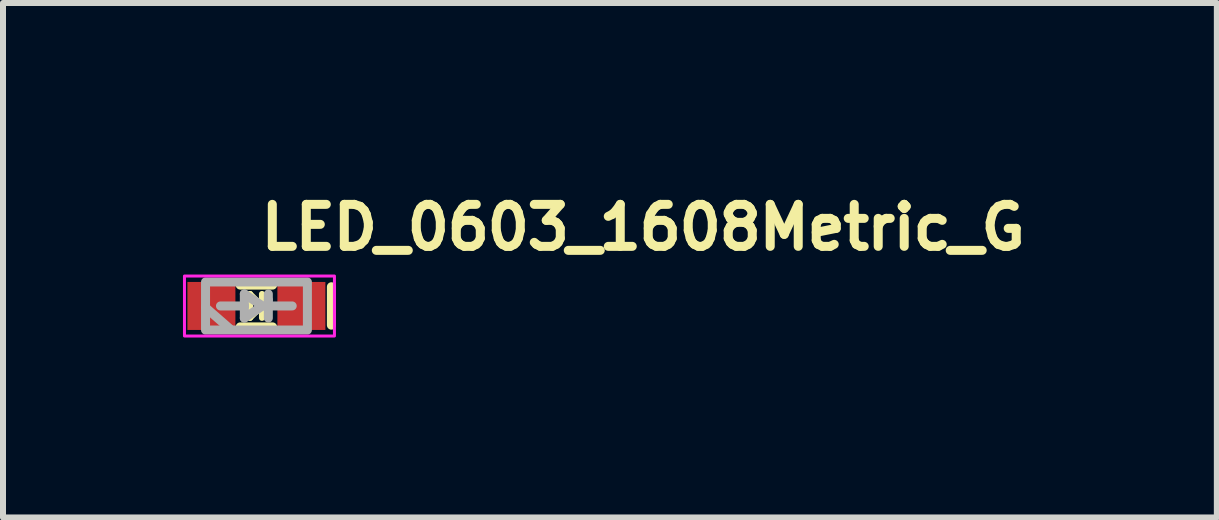
<source format=kicad_pcb>
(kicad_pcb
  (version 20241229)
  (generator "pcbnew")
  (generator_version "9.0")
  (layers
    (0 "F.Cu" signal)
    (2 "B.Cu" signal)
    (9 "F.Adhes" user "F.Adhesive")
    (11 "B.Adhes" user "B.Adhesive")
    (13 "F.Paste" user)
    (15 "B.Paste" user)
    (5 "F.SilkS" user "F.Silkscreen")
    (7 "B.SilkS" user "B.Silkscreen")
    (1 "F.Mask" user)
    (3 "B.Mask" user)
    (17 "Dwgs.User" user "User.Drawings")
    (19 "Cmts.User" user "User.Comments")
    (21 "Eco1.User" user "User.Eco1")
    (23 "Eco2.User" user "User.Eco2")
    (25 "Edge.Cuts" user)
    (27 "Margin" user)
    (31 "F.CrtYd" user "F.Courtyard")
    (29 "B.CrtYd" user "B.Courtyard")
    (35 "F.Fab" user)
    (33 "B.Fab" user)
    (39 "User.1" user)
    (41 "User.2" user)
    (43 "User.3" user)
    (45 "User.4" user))
  (footprint "LED_0603_1608Metric_G"
    (layer "F.Cu")
    (at 1.225 2.051)
    (property "Reference" "LED_0603_1608Metric_G" (at -0.001 -0.901 0) (layer "F.SilkS") (effects (font (size 0.7 0.7) (thickness 0.15)) (justify left bottom)))
    (attr smd)
    (fp_line (start -0.271 -0.349) (end 0.269 -0.349) (stroke (width 0.15) (type solid)) (layer "F.SilkS"))
    (fp_line (start -0.271 0.348) (end 0.269 0.348) (stroke (width 0.15) (type solid)) (layer "F.SilkS"))
    (fp_line (start -0.107 -0.201) (end -0.107 0.198) (stroke (width 0.1) (type solid)) (layer "F.SilkS"))
    (fp_line (start -0.107 -0.201) (end 0.092 -0.001) (stroke (width 0.1) (type solid)) (layer "F.SilkS"))
    (fp_line (start -0.107 -0.001) (end -0.291 -0.001) (stroke (width 0.1) (type solid)) (layer "F.SilkS"))
    (fp_line (start 0.092 -0.201) (end 0.092 0.198) (stroke (width 0.1) (type solid)) (layer "F.SilkS"))
    (fp_line (start 0.092 -0.001) (end -0.107 0.198) (stroke (width 0.1) (type solid)) (layer "F.SilkS"))
    (fp_line (start 0.092 -0.001) (end 0.292 -0.001) (stroke (width 0.1) (type solid)) (layer "F.SilkS"))
    (fp_line (start 1.249 0.319) (end 1.249 -0.321) (stroke (width 0.15) (type solid)) (layer "F.SilkS"))
    (fp_rect (start -1.2 -0.5) (end 1.3 0.5) (stroke (width 0.05) (type solid)) (fill no) (layer "F.CrtYd"))
    (fp_line (start -0.849 0.025) (end -0.442 0.381) (stroke (width 0.15) (type solid)) (layer "F.Fab"))
    (fp_line (start -0.6 -0.001) (end -0.202 -0.001) (stroke (width 0.15) (type solid)) (layer "F.Fab"))
    (fp_line (start -0.202 -0.201) (end -0.202 -0.001) (stroke (width 0.15) (type solid)) (layer "F.Fab"))
    (fp_line (start -0.202 -0.001) (end -0.202 0.201) (stroke (width 0.15) (type solid)) (layer "F.Fab"))
    (fp_line (start -0.202 0.201) (end 0.1 -0.001) (stroke (width 0.15) (type solid)) (layer "F.Fab"))
    (fp_line (start 0.1 -0.001) (end -0.202 -0.201) (stroke (width 0.15) (type solid)) (layer "F.Fab"))
    (fp_line (start 0.198 -0.201) (end 0.198 -0.101) (stroke (width 0.15) (type solid)) (layer "F.Fab"))
    (fp_line (start 0.198 -0.001) (end 0.596 -0.001) (stroke (width 0.15) (type solid)) (layer "F.Fab"))
    (fp_line (start 0.198 0.201) (end 0.198 -0.101) (stroke (width 0.15) (type solid)) (layer "F.Fab"))
    (fp_rect (start -0.849 -0.401) (end 0.849 0.401) (stroke (width 0.15) (type solid)) (fill no) (layer "F.Fab"))
    (fp_rect (start -0.811 -0.401) (end 0.811 0.401) (stroke (width 0.1) (type solid)) (fill no) (layer "User.5"))
    (fp_line (start -0.811 -0.341) (end -0.811 -0.149) (stroke (width 0.02) (type solid)) (layer "User.9"))
    (fp_line (start -0.811 -0.149) (end -0.803 -0.149) (stroke (width 0.02) (type solid)) (layer "User.9"))
    (fp_line (start -0.811 0.149) (end -0.811 0.341) (stroke (width 0.02) (type solid)) (layer "User.9"))
    (fp_line (start -0.811 0.341) (end -0.579 0.341) (stroke (width 0.02) (type solid)) (layer "User.9"))
    (fp_line (start -0.803 -0.149) (end -0.795 -0.149) (stroke (width 0.02) (type solid)) (layer "User.9"))
    (fp_line (start -0.803 0.149) (end -0.811 0.149) (stroke (width 0.02) (type solid)) (layer "User.9"))
    (fp_line (start -0.801 -0.401) (end -0.801 -0.341) (stroke (width 0.02) (type solid)) (layer "User.9"))
    (fp_line (start -0.801 0.341) (end -0.801 0.401) (stroke (width 0.02) (type solid)) (layer "User.9"))
    (fp_line (start -0.801 0.401) (end 0.801 0.401) (stroke (width 0.02) (type solid)) (layer "User.9"))
    (fp_line (start -0.795 -0.149) (end -0.787 -0.149) (stroke (width 0.02) (type solid)) (layer "User.9"))
    (fp_line (start -0.795 0.149) (end -0.803 0.149) (stroke (width 0.02) (type solid)) (layer "User.9"))
    (fp_line (start -0.787 -0.149) (end -0.78 -0.148) (stroke (width 0.02) (type solid)) (layer "User.9"))
    (fp_line (start -0.787 0.149) (end -0.795 0.149) (stroke (width 0.02) (type solid)) (layer "User.9"))
    (fp_line (start -0.78 -0.148) (end -0.772 -0.147) (stroke (width 0.02) (type solid)) (layer "User.9"))
    (fp_line (start -0.78 0.148) (end -0.787 0.149) (stroke (width 0.02) (type solid)) (layer "User.9"))
    (fp_line (start -0.772 -0.147) (end -0.764 -0.145) (stroke (width 0.02) (type solid)) (layer "User.9"))
    (fp_line (start -0.772 0.147) (end -0.78 0.148) (stroke (width 0.02) (type solid)) (layer "User.9"))
    (fp_line (start -0.764 -0.145) (end -0.756 -0.144) (stroke (width 0.02) (type solid)) (layer "User.9"))
    (fp_line (start -0.764 0.145) (end -0.772 0.147) (stroke (width 0.02) (type solid)) (layer "User.9"))
    (fp_line (start -0.756 -0.144) (end -0.749 -0.14) (stroke (width 0.02) (type solid)) (layer "User.9"))
    (fp_line (start -0.756 0.144) (end -0.764 0.145) (stroke (width 0.02) (type solid)) (layer "User.9"))
    (fp_line (start -0.749 -0.14) (end -0.742 -0.139) (stroke (width 0.02) (type solid)) (layer "User.9"))
    (fp_line (start -0.749 0.14) (end -0.756 0.144) (stroke (width 0.02) (type solid)) (layer "User.9"))
    (fp_line (start -0.742 -0.139) (end -0.735 -0.136) (stroke (width 0.02) (type solid)) (layer "User.9"))
    (fp_line (start -0.742 0.139) (end -0.749 0.14) (stroke (width 0.02) (type solid)) (layer "User.9"))
    (fp_line (start -0.735 -0.136) (end -0.728 -0.132) (stroke (width 0.02) (type solid)) (layer "User.9"))
    (fp_line (start -0.735 0.136) (end -0.742 0.139) (stroke (width 0.02) (type solid)) (layer "User.9"))
    (fp_line (start -0.728 -0.132) (end -0.722 -0.129) (stroke (width 0.02) (type solid)) (layer "User.9"))
    (fp_line (start -0.728 0.132) (end -0.735 0.136) (stroke (width 0.02) (type solid)) (layer "User.9"))
    (fp_line (start -0.722 -0.129) (end -0.715 -0.124) (stroke (width 0.02) (type solid)) (layer "User.9"))
    (fp_line (start -0.722 0.129) (end -0.728 0.132) (stroke (width 0.02) (type solid)) (layer "User.9"))
    (fp_line (start -0.715 -0.124) (end -0.709 -0.12) (stroke (width 0.02) (type solid)) (layer "User.9"))
    (fp_line (start -0.715 0.124) (end -0.722 0.129) (stroke (width 0.02) (type solid)) (layer "User.9"))
    (fp_line (start -0.709 -0.12) (end -0.704 -0.115) (stroke (width 0.02) (type solid)) (layer "User.9"))
    (fp_line (start -0.709 0.117) (end -0.715 0.124) (stroke (width 0.02) (type solid)) (layer "User.9"))
    (fp_line (start -0.704 -0.115) (end -0.696 -0.109) (stroke (width 0.02) (type solid)) (layer "User.9"))
    (fp_line (start -0.704 0.115) (end -0.709 0.117) (stroke (width 0.02) (type solid)) (layer "User.9"))
    (fp_line (start -0.696 -0.109) (end -0.696 -0.109) (stroke (width 0.02) (type solid)) (layer "User.9"))
    (fp_line (start -0.696 -0.109) (end -0.69 -0.105) (stroke (width 0.02) (type solid)) (layer "User.9"))
    (fp_line (start -0.696 0.109) (end -0.704 0.115) (stroke (width 0.02) (type solid)) (layer "User.9"))
    (fp_line (start -0.696 0.109) (end -0.696 0.109) (stroke (width 0.02) (type solid)) (layer "User.9"))
    (fp_line (start -0.69 -0.105) (end -0.687 -0.099) (stroke (width 0.02) (type solid)) (layer "User.9"))
    (fp_line (start -0.69 0.104) (end -0.696 0.109) (stroke (width 0.02) (type solid)) (layer "User.9"))
    (fp_line (start -0.687 -0.099) (end -0.682 -0.092) (stroke (width 0.02) (type solid)) (layer "User.9"))
    (fp_line (start -0.687 0.099) (end -0.69 0.104) (stroke (width 0.02) (type solid)) (layer "User.9"))
    (fp_line (start -0.682 -0.092) (end -0.678 -0.085) (stroke (width 0.02) (type solid)) (layer "User.9"))
    (fp_line (start -0.682 0.092) (end -0.687 0.099) (stroke (width 0.02) (type solid)) (layer "User.9"))
    (fp_line (start -0.678 -0.085) (end -0.674 -0.079) (stroke (width 0.02) (type solid)) (layer "User.9"))
    (fp_line (start -0.678 0.085) (end -0.682 0.092) (stroke (width 0.02) (type solid)) (layer "User.9"))
    (fp_line (start -0.674 -0.079) (end -0.67 -0.073) (stroke (width 0.02) (type solid)) (layer "User.9"))
    (fp_line (start -0.674 0.079) (end -0.678 0.085) (stroke (width 0.02) (type solid)) (layer "User.9"))
    (fp_line (start -0.67 -0.073) (end -0.666 -0.067) (stroke (width 0.02) (type solid)) (layer "User.9"))
    (fp_line (start -0.67 0.073) (end -0.674 0.079) (stroke (width 0.02) (type solid)) (layer "User.9"))
    (fp_line (start -0.666 -0.067) (end -0.663 -0.06) (stroke (width 0.02) (type solid)) (layer "User.9"))
    (fp_line (start -0.666 0.067) (end -0.67 0.073) (stroke (width 0.02) (type solid)) (layer "User.9"))
    (fp_line (start -0.663 -0.06) (end -0.66 -0.053) (stroke (width 0.02) (type solid)) (layer "User.9"))
    (fp_line (start -0.663 0.058) (end -0.666 0.067) (stroke (width 0.02) (type solid)) (layer "User.9"))
    (fp_line (start -0.66 -0.053) (end -0.658 -0.045) (stroke (width 0.02) (type solid)) (layer "User.9"))
    (fp_line (start -0.66 0.052) (end -0.663 0.058) (stroke (width 0.02) (type solid)) (layer "User.9"))
    (fp_line (start -0.658 -0.045) (end -0.655 -0.038) (stroke (width 0.02) (type solid)) (layer "User.9"))
    (fp_line (start -0.658 0.045) (end -0.66 0.052) (stroke (width 0.02) (type solid)) (layer "User.9"))
    (fp_line (start -0.655 -0.038) (end -0.654 -0.03) (stroke (width 0.02) (type solid)) (layer "User.9"))
    (fp_line (start -0.655 0.038) (end -0.658 0.045) (stroke (width 0.02) (type solid)) (layer "User.9"))
    (fp_line (start -0.654 -0.03) (end -0.652 -0.023) (stroke (width 0.02) (type solid)) (layer "User.9"))
    (fp_line (start -0.654 0.03) (end -0.655 0.038) (stroke (width 0.02) (type solid)) (layer "User.9"))
    (fp_line (start -0.652 -0.023) (end -0.651 -0.015) (stroke (width 0.02) (type solid)) (layer "User.9"))
    (fp_line (start -0.652 0.023) (end -0.654 0.03) (stroke (width 0.02) (type solid)) (layer "User.9"))
    (fp_line (start -0.651 -0.015) (end -0.651 -0.008) (stroke (width 0.02) (type solid)) (layer "User.9"))
    (fp_line (start -0.651 -0.008) (end -0.651 -0.001) (stroke (width 0.02) (type solid)) (layer "User.9"))
    (fp_line (start -0.651 -0.001) (end -0.651 0.007) (stroke (width 0.02) (type solid)) (layer "User.9"))
    (fp_line (start -0.651 0.007) (end -0.651 0.015) (stroke (width 0.02) (type solid)) (layer "User.9"))
    (fp_line (start -0.651 0.015) (end -0.652 0.023) (stroke (width 0.02) (type solid)) (layer "User.9"))
    (fp_line (start -0.599 -0.307) (end -0.598 -0.31) (stroke (width 0.02) (type solid)) (layer "User.9"))
    (fp_line (start -0.599 -0.305) (end -0.599 -0.307) (stroke (width 0.02) (type solid)) (layer "User.9"))
    (fp_line (start -0.599 -0.302) (end -0.599 -0.305) (stroke (width 0.02) (type solid)) (layer "User.9"))
    (fp_line (start -0.599 -0.299) (end -0.599 -0.302) (stroke (width 0.02) (type solid)) (layer "User.9"))
    (fp_line (start -0.599 -0.299) (end -0.599 0.299) (stroke (width 0.02) (type solid)) (layer "User.9"))
    (fp_line (start -0.599 0.302) (end -0.599 0.299) (stroke (width 0.02) (type solid)) (layer "User.9"))
    (fp_line (start -0.599 0.305) (end -0.599 0.302) (stroke (width 0.02) (type solid)) (layer "User.9"))
    (fp_line (start -0.599 0.307) (end -0.599 0.305) (stroke (width 0.02) (type solid)) (layer "User.9"))
    (fp_line (start -0.598 -0.312) (end -0.597 -0.314) (stroke (width 0.02) (type solid)) (layer "User.9"))
    (fp_line (start -0.598 -0.31) (end -0.598 -0.312) (stroke (width 0.02) (type solid)) (layer "User.9"))
    (fp_line (start -0.598 0.31) (end -0.599 0.307) (stroke (width 0.02) (type solid)) (layer "User.9"))
    (fp_line (start -0.598 0.312) (end -0.598 0.31) (stroke (width 0.02) (type solid)) (layer "User.9"))
    (fp_line (start -0.597 -0.314) (end -0.596 -0.317) (stroke (width 0.02) (type solid)) (layer "User.9"))
    (fp_line (start -0.597 0.314) (end -0.598 0.312) (stroke (width 0.02) (type solid)) (layer "User.9"))
    (fp_line (start -0.596 -0.319) (end -0.595 -0.322) (stroke (width 0.02) (type solid)) (layer "User.9"))
    (fp_line (start -0.596 -0.317) (end -0.596 -0.319) (stroke (width 0.02) (type solid)) (layer "User.9"))
    (fp_line (start -0.596 0.317) (end -0.597 0.314) (stroke (width 0.02) (type solid)) (layer "User.9"))
    (fp_line (start -0.596 0.319) (end -0.596 0.317) (stroke (width 0.02) (type solid)) (layer "User.9"))
    (fp_line (start -0.595 -0.322) (end -0.593 -0.324) (stroke (width 0.02) (type solid)) (layer "User.9"))
    (fp_line (start -0.595 0.322) (end -0.596 0.319) (stroke (width 0.02) (type solid)) (layer "User.9"))
    (fp_line (start -0.593 -0.324) (end -0.592 -0.326) (stroke (width 0.02) (type solid)) (layer "User.9"))
    (fp_line (start -0.593 0.324) (end -0.595 0.322) (stroke (width 0.02) (type solid)) (layer "User.9"))
    (fp_line (start -0.592 -0.326) (end -0.591 -0.328) (stroke (width 0.02) (type solid)) (layer "User.9"))
    (fp_line (start -0.592 0.326) (end -0.593 0.324) (stroke (width 0.02) (type solid)) (layer "User.9"))
    (fp_line (start -0.591 -0.328) (end -0.59 -0.33) (stroke (width 0.02) (type solid)) (layer "User.9"))
    (fp_line (start -0.591 0.328) (end -0.592 0.326) (stroke (width 0.02) (type solid)) (layer "User.9"))
    (fp_line (start -0.59 -0.33) (end -0.588 -0.332) (stroke (width 0.02) (type solid)) (layer "User.9"))
    (fp_line (start -0.59 0.33) (end -0.591 0.328) (stroke (width 0.02) (type solid)) (layer "User.9"))
    (fp_line (start -0.588 -0.332) (end -0.587 -0.334) (stroke (width 0.02) (type solid)) (layer "User.9"))
    (fp_line (start -0.588 0.332) (end -0.59 0.33) (stroke (width 0.02) (type solid)) (layer "User.9"))
    (fp_line (start -0.587 -0.334) (end -0.585 -0.336) (stroke (width 0.02) (type solid)) (layer "User.9"))
    (fp_line (start -0.587 0.334) (end -0.588 0.332) (stroke (width 0.02) (type solid)) (layer "User.9"))
    (fp_line (start -0.585 -0.336) (end -0.583 -0.338) (stroke (width 0.02) (type solid)) (layer "User.9"))
    (fp_line (start -0.585 0.336) (end -0.587 0.334) (stroke (width 0.02) (type solid)) (layer "User.9"))
    (fp_line (start -0.583 -0.338) (end -0.581 -0.339) (stroke (width 0.02) (type solid)) (layer "User.9"))
    (fp_line (start -0.583 0.338) (end -0.585 0.336) (stroke (width 0.02) (type solid)) (layer "User.9"))
    (fp_line (start -0.581 -0.339) (end -0.579 -0.341) (stroke (width 0.02) (type solid)) (layer "User.9"))
    (fp_line (start -0.581 0.339) (end -0.583 0.338) (stroke (width 0.02) (type solid)) (layer "User.9"))
    (fp_line (start -0.579 -0.341) (end -0.811 -0.341) (stroke (width 0.02) (type solid)) (layer "User.9"))
    (fp_line (start -0.579 -0.341) (end -0.577 -0.342) (stroke (width 0.02) (type solid)) (layer "User.9"))
    (fp_line (start -0.579 0.341) (end -0.581 0.339) (stroke (width 0.02) (type solid)) (layer "User.9"))
    (fp_line (start -0.577 -0.342) (end -0.576 -0.343) (stroke (width 0.02) (type solid)) (layer "User.9"))
    (fp_line (start -0.577 0.342) (end -0.579 0.341) (stroke (width 0.02) (type solid)) (layer "User.9"))
    (fp_line (start -0.576 -0.343) (end -0.572 -0.343) (stroke (width 0.02) (type solid)) (layer "User.9"))
    (fp_line (start -0.576 0.342) (end -0.577 0.342) (stroke (width 0.02) (type solid)) (layer "User.9"))
    (fp_line (start -0.572 -0.343) (end -0.57 -0.344) (stroke (width 0.02) (type solid)) (layer "User.9"))
    (fp_line (start -0.572 0.343) (end -0.576 0.342) (stroke (width 0.02) (type solid)) (layer "User.9"))
    (fp_line (start -0.57 -0.344) (end -0.568 -0.345) (stroke (width 0.02) (type solid)) (layer "User.9"))
    (fp_line (start -0.57 0.344) (end -0.572 0.343) (stroke (width 0.02) (type solid)) (layer "User.9"))
    (fp_line (start -0.568 -0.345) (end -0.566 -0.345) (stroke (width 0.02) (type solid)) (layer "User.9"))
    (fp_line (start -0.568 0.345) (end -0.57 0.344) (stroke (width 0.02) (type solid)) (layer "User.9"))
    (fp_line (start -0.566 -0.345) (end -0.563 -0.346) (stroke (width 0.02) (type solid)) (layer "User.9"))
    (fp_line (start -0.566 0.345) (end -0.568 0.345) (stroke (width 0.02) (type solid)) (layer "User.9"))
    (fp_line (start -0.563 -0.346) (end -0.562 -0.347) (stroke (width 0.02) (type solid)) (layer "User.9"))
    (fp_line (start -0.563 0.346) (end -0.566 0.345) (stroke (width 0.02) (type solid)) (layer "User.9"))
    (fp_line (start -0.562 -0.347) (end -0.561 -0.347) (stroke (width 0.02) (type solid)) (layer "User.9"))
    (fp_line (start -0.562 0.347) (end -0.563 0.346) (stroke (width 0.02) (type solid)) (layer "User.9"))
    (fp_line (start -0.561 -0.347) (end -0.558 -0.348) (stroke (width 0.02) (type solid)) (layer "User.9"))
    (fp_line (start -0.561 0.347) (end -0.562 0.347) (stroke (width 0.02) (type solid)) (layer "User.9"))
    (fp_line (start -0.558 -0.348) (end -0.556 -0.348) (stroke (width 0.02) (type solid)) (layer "User.9"))
    (fp_line (start -0.558 0.348) (end -0.561 0.347) (stroke (width 0.02) (type solid)) (layer "User.9"))
    (fp_line (start -0.556 -0.348) (end -0.553 -0.348) (stroke (width 0.02) (type solid)) (layer "User.9"))
    (fp_line (start -0.556 0.348) (end -0.558 0.348) (stroke (width 0.02) (type solid)) (layer "User.9"))
    (fp_line (start -0.553 -0.348) (end -0.551 -0.348) (stroke (width 0.02) (type solid)) (layer "User.9"))
    (fp_line (start -0.553 0.348) (end -0.556 0.348) (stroke (width 0.02) (type solid)) (layer "User.9"))
    (fp_line (start -0.551 0.348) (end -0.553 0.348) (stroke (width 0.02) (type solid)) (layer "User.9"))
    (fp_line (start -0.551 0.348) (end 0.551 0.348) (stroke (width 0.02) (type solid)) (layer "User.9"))
    (fp_line (start 0.499 -0.391) (end 0.499 -0.348) (stroke (width 0.02) (type solid)) (layer "User.9"))
    (fp_line (start 0.499 0.348) (end 0.499 0.391) (stroke (width 0.02) (type solid)) (layer "User.9"))
    (fp_line (start 0.499 0.391) (end 0.781 0.391) (stroke (width 0.02) (type solid)) (layer "User.9"))
    (fp_line (start 0.551 -0.348) (end -0.551 -0.348) (stroke (width 0.02) (type solid)) (layer "User.9"))
    (fp_line (start 0.551 -0.348) (end 0.553 -0.348) (stroke (width 0.02) (type solid)) (layer "User.9"))
    (fp_line (start 0.553 -0.348) (end 0.556 -0.348) (stroke (width 0.02) (type solid)) (layer "User.9"))
    (fp_line (start 0.553 0.348) (end 0.551 0.348) (stroke (width 0.02) (type solid)) (layer "User.9"))
    (fp_line (start 0.556 -0.348) (end 0.558 -0.348) (stroke (width 0.02) (type solid)) (layer "User.9"))
    (fp_line (start 0.556 0.348) (end 0.553 0.348) (stroke (width 0.02) (type solid)) (layer "User.9"))
    (fp_line (start 0.558 -0.348) (end 0.561 -0.347) (stroke (width 0.02) (type solid)) (layer "User.9"))
    (fp_line (start 0.558 0.348) (end 0.556 0.348) (stroke (width 0.02) (type solid)) (layer "User.9"))
    (fp_line (start 0.561 -0.347) (end 0.562 -0.347) (stroke (width 0.02) (type solid)) (layer "User.9"))
    (fp_line (start 0.561 0.347) (end 0.558 0.348) (stroke (width 0.02) (type solid)) (layer "User.9"))
    (fp_line (start 0.562 -0.347) (end 0.563 -0.346) (stroke (width 0.02) (type solid)) (layer "User.9"))
    (fp_line (start 0.562 0.347) (end 0.561 0.347) (stroke (width 0.02) (type solid)) (layer "User.9"))
    (fp_line (start 0.563 -0.346) (end 0.566 -0.345) (stroke (width 0.02) (type solid)) (layer "User.9"))
    (fp_line (start 0.563 0.346) (end 0.562 0.347) (stroke (width 0.02) (type solid)) (layer "User.9"))
    (fp_line (start 0.566 -0.345) (end 0.568 -0.345) (stroke (width 0.02) (type solid)) (layer "User.9"))
    (fp_line (start 0.566 0.345) (end 0.563 0.346) (stroke (width 0.02) (type solid)) (layer "User.9"))
    (fp_line (start 0.568 -0.345) (end 0.57 -0.344) (stroke (width 0.02) (type solid)) (layer "User.9"))
    (fp_line (start 0.568 0.345) (end 0.566 0.345) (stroke (width 0.02) (type solid)) (layer "User.9"))
    (fp_line (start 0.57 -0.344) (end 0.572 -0.343) (stroke (width 0.02) (type solid)) (layer "User.9"))
    (fp_line (start 0.57 0.344) (end 0.568 0.345) (stroke (width 0.02) (type solid)) (layer "User.9"))
    (fp_line (start 0.572 -0.343) (end 0.576 -0.343) (stroke (width 0.02) (type solid)) (layer "User.9"))
    (fp_line (start 0.572 0.343) (end 0.57 0.344) (stroke (width 0.02) (type solid)) (layer "User.9"))
    (fp_line (start 0.576 -0.343) (end 0.577 -0.342) (stroke (width 0.02) (type solid)) (layer "User.9"))
    (fp_line (start 0.576 0.342) (end 0.572 0.343) (stroke (width 0.02) (type solid)) (layer "User.9"))
    (fp_line (start 0.577 -0.342) (end 0.579 -0.341) (stroke (width 0.02) (type solid)) (layer "User.9"))
    (fp_line (start 0.577 0.342) (end 0.576 0.342) (stroke (width 0.02) (type solid)) (layer "User.9"))
    (fp_line (start 0.579 -0.341) (end 0.581 -0.339) (stroke (width 0.02) (type solid)) (layer "User.9"))
    (fp_line (start 0.579 0.341) (end 0.577 0.342) (stroke (width 0.02) (type solid)) (layer "User.9"))
    (fp_line (start 0.579 0.341) (end 0.811 0.341) (stroke (width 0.02) (type solid)) (layer "User.9"))
    (fp_line (start 0.581 -0.339) (end 0.583 -0.338) (stroke (width 0.02) (type solid)) (layer "User.9"))
    (fp_line (start 0.581 0.339) (end 0.579 0.341) (stroke (width 0.02) (type solid)) (layer "User.9"))
    (fp_line (start 0.583 -0.338) (end 0.585 -0.336) (stroke (width 0.02) (type solid)) (layer "User.9"))
    (fp_line (start 0.583 0.338) (end 0.581 0.339) (stroke (width 0.02) (type solid)) (layer "User.9"))
    (fp_line (start 0.585 -0.336) (end 0.587 -0.334) (stroke (width 0.02) (type solid)) (layer "User.9"))
    (fp_line (start 0.585 0.336) (end 0.583 0.338) (stroke (width 0.02) (type solid)) (layer "User.9"))
    (fp_line (start 0.587 -0.334) (end 0.588 -0.332) (stroke (width 0.02) (type solid)) (layer "User.9"))
    (fp_line (start 0.587 0.334) (end 0.585 0.336) (stroke (width 0.02) (type solid)) (layer "User.9"))
    (fp_line (start 0.588 -0.332) (end 0.59 -0.33) (stroke (width 0.02) (type solid)) (layer "User.9"))
    (fp_line (start 0.588 0.332) (end 0.587 0.334) (stroke (width 0.02) (type solid)) (layer "User.9"))
    (fp_line (start 0.59 -0.33) (end 0.591 -0.328) (stroke (width 0.02) (type solid)) (layer "User.9"))
    (fp_line (start 0.59 0.33) (end 0.588 0.332) (stroke (width 0.02) (type solid)) (layer "User.9"))
    (fp_line (start 0.591 -0.328) (end 0.592 -0.326) (stroke (width 0.02) (type solid)) (layer "User.9"))
    (fp_line (start 0.591 0.328) (end 0.59 0.33) (stroke (width 0.02) (type solid)) (layer "User.9"))
    (fp_line (start 0.592 -0.326) (end 0.593 -0.324) (stroke (width 0.02) (type solid)) (layer "User.9"))
    (fp_line (start 0.592 0.326) (end 0.591 0.328) (stroke (width 0.02) (type solid)) (layer "User.9"))
    (fp_line (start 0.593 -0.324) (end 0.595 -0.322) (stroke (width 0.02) (type solid)) (layer "User.9"))
    (fp_line (start 0.593 0.324) (end 0.592 0.326) (stroke (width 0.02) (type solid)) (layer "User.9"))
    (fp_line (start 0.595 -0.322) (end 0.596 -0.319) (stroke (width 0.02) (type solid)) (layer "User.9"))
    (fp_line (start 0.595 0.322) (end 0.593 0.324) (stroke (width 0.02) (type solid)) (layer "User.9"))
    (fp_line (start 0.596 -0.319) (end 0.596 -0.317) (stroke (width 0.02) (type solid)) (layer "User.9"))
    (fp_line (start 0.596 -0.317) (end 0.597 -0.314) (stroke (width 0.02) (type solid)) (layer "User.9"))
    (fp_line (start 0.596 0.317) (end 0.596 0.319) (stroke (width 0.02) (type solid)) (layer "User.9"))
    (fp_line (start 0.596 0.319) (end 0.595 0.322) (stroke (width 0.02) (type solid)) (layer "User.9"))
    (fp_line (start 0.597 -0.314) (end 0.598 -0.312) (stroke (width 0.02) (type solid)) (layer "User.9"))
    (fp_line (start 0.597 0.314) (end 0.596 0.317) (stroke (width 0.02) (type solid)) (layer "User.9"))
    (fp_line (start 0.598 -0.312) (end 0.598 -0.31) (stroke (width 0.02) (type solid)) (layer "User.9"))
    (fp_line (start 0.598 -0.31) (end 0.599 -0.307) (stroke (width 0.02) (type solid)) (layer "User.9"))
    (fp_line (start 0.598 0.31) (end 0.598 0.312) (stroke (width 0.02) (type solid)) (layer "User.9"))
    (fp_line (start 0.598 0.312) (end 0.597 0.314) (stroke (width 0.02) (type solid)) (layer "User.9"))
    (fp_line (start 0.599 -0.307) (end 0.599 -0.305) (stroke (width 0.02) (type solid)) (layer "User.9"))
    (fp_line (start 0.599 -0.305) (end 0.599 -0.302) (stroke (width 0.02) (type solid)) (layer "User.9"))
    (fp_line (start 0.599 -0.302) (end 0.599 -0.299) (stroke (width 0.02) (type solid)) (layer "User.9"))
    (fp_line (start 0.599 0.299) (end 0.599 -0.299) (stroke (width 0.02) (type solid)) (layer "User.9"))
    (fp_line (start 0.599 0.299) (end 0.599 0.302) (stroke (width 0.02) (type solid)) (layer "User.9"))
    (fp_line (start 0.599 0.302) (end 0.599 0.305) (stroke (width 0.02) (type solid)) (layer "User.9"))
    (fp_line (start 0.599 0.305) (end 0.599 0.307) (stroke (width 0.02) (type solid)) (layer "User.9"))
    (fp_line (start 0.599 0.307) (end 0.598 0.31) (stroke (width 0.02) (type solid)) (layer "User.9"))
    (fp_line (start 0.65 -0.001) (end 0.651 -0.011) (stroke (width 0.02) (type solid)) (layer "User.9"))
    (fp_line (start 0.651 -0.011) (end 0.652 -0.021) (stroke (width 0.02) (type solid)) (layer "User.9"))
    (fp_line (start 0.651 0.009) (end 0.65 -0.001) (stroke (width 0.02) (type solid)) (layer "User.9"))
    (fp_line (start 0.652 -0.021) (end 0.654 -0.03) (stroke (width 0.02) (type solid)) (layer "User.9"))
    (fp_line (start 0.652 0.02) (end 0.651 0.009) (stroke (width 0.02) (type solid)) (layer "User.9"))
    (fp_line (start 0.654 -0.03) (end 0.656 -0.041) (stroke (width 0.02) (type solid)) (layer "User.9"))
    (fp_line (start 0.654 0.03) (end 0.652 0.02) (stroke (width 0.02) (type solid)) (layer "User.9"))
    (fp_line (start 0.656 -0.041) (end 0.659 -0.05) (stroke (width 0.02) (type solid)) (layer "User.9"))
    (fp_line (start 0.656 0.041) (end 0.654 0.03) (stroke (width 0.02) (type solid)) (layer "User.9"))
    (fp_line (start 0.659 -0.05) (end 0.663 -0.06) (stroke (width 0.02) (type solid)) (layer "User.9"))
    (fp_line (start 0.659 0.049) (end 0.656 0.041) (stroke (width 0.02) (type solid)) (layer "User.9"))
    (fp_line (start 0.663 -0.06) (end 0.667 -0.069) (stroke (width 0.02) (type solid)) (layer "User.9"))
    (fp_line (start 0.663 0.058) (end 0.659 0.049) (stroke (width 0.02) (type solid)) (layer "User.9"))
    (fp_line (start 0.667 -0.069) (end 0.672 -0.077) (stroke (width 0.02) (type solid)) (layer "User.9"))
    (fp_line (start 0.667 0.069) (end 0.663 0.058) (stroke (width 0.02) (type solid)) (layer "User.9"))
    (fp_line (start 0.672 -0.077) (end 0.672 -0.077) (stroke (width 0.02) (type solid)) (layer "User.9"))
    (fp_line (start 0.672 -0.077) (end 0.675 -0.083) (stroke (width 0.02) (type solid)) (layer "User.9"))
    (fp_line (start 0.672 0.077) (end 0.667 0.069) (stroke (width 0.02) (type solid)) (layer "User.9"))
    (fp_line (start 0.672 0.077) (end 0.672 0.077) (stroke (width 0.02) (type solid)) (layer "User.9"))
    (fp_line (start 0.675 -0.083) (end 0.678 -0.085) (stroke (width 0.02) (type solid)) (layer "User.9"))
    (fp_line (start 0.678 -0.085) (end 0.681 -0.09) (stroke (width 0.02) (type solid)) (layer "User.9"))
    (fp_line (start 0.678 0.085) (end 0.672 0.077) (stroke (width 0.02) (type solid)) (layer "User.9"))
    (fp_line (start 0.681 -0.09) (end 0.684 -0.094) (stroke (width 0.02) (type solid)) (layer "User.9"))
    (fp_line (start 0.684 -0.094) (end 0.687 -0.099) (stroke (width 0.02) (type solid)) (layer "User.9"))
    (fp_line (start 0.684 0.094) (end 0.678 0.085) (stroke (width 0.02) (type solid)) (layer "User.9"))
    (fp_line (start 0.687 -0.099) (end 0.689 -0.101) (stroke (width 0.02) (type solid)) (layer "User.9"))
    (fp_line (start 0.689 -0.101) (end 0.693 -0.106) (stroke (width 0.02) (type solid)) (layer "User.9"))
    (fp_line (start 0.689 0.101) (end 0.684 0.094) (stroke (width 0.02) (type solid)) (layer "User.9"))
    (fp_line (start 0.693 -0.106) (end 0.696 -0.109) (stroke (width 0.02) (type solid)) (layer "User.9"))
    (fp_line (start 0.696 -0.109) (end 0.7 -0.114) (stroke (width 0.02) (type solid)) (layer "User.9"))
    (fp_line (start 0.696 0.109) (end 0.689 0.101) (stroke (width 0.02) (type solid)) (layer "User.9"))
    (fp_line (start 0.7 -0.114) (end 0.705 -0.117) (stroke (width 0.02) (type solid)) (layer "User.9"))
    (fp_line (start 0.705 -0.117) (end 0.709 -0.12) (stroke (width 0.02) (type solid)) (layer "User.9"))
    (fp_line (start 0.705 0.116) (end 0.696 0.109) (stroke (width 0.02) (type solid)) (layer "User.9"))
    (fp_line (start 0.709 -0.12) (end 0.713 -0.122) (stroke (width 0.02) (type solid)) (layer "User.9"))
    (fp_line (start 0.713 -0.122) (end 0.717 -0.125) (stroke (width 0.02) (type solid)) (layer "User.9"))
    (fp_line (start 0.713 0.122) (end 0.705 0.116) (stroke (width 0.02) (type solid)) (layer "User.9"))
    (fp_line (start 0.717 -0.125) (end 0.722 -0.129) (stroke (width 0.02) (type solid)) (layer "User.9"))
    (fp_line (start 0.722 -0.129) (end 0.726 -0.131) (stroke (width 0.02) (type solid)) (layer "User.9"))
    (fp_line (start 0.722 0.129) (end 0.713 0.122) (stroke (width 0.02) (type solid)) (layer "User.9"))
    (fp_line (start 0.726 -0.131) (end 0.73 -0.134) (stroke (width 0.02) (type solid)) (layer "User.9"))
    (fp_line (start 0.73 -0.134) (end 0.735 -0.136) (stroke (width 0.02) (type solid)) (layer "User.9"))
    (fp_line (start 0.73 0.134) (end 0.722 0.129) (stroke (width 0.02) (type solid)) (layer "User.9"))
    (fp_line (start 0.735 -0.136) (end 0.739 -0.138) (stroke (width 0.02) (type solid)) (layer "User.9"))
    (fp_line (start 0.739 -0.138) (end 0.744 -0.14) (stroke (width 0.02) (type solid)) (layer "User.9"))
    (fp_line (start 0.739 0.138) (end 0.73 0.134) (stroke (width 0.02) (type solid)) (layer "User.9"))
    (fp_line (start 0.744 -0.14) (end 0.749 -0.14) (stroke (width 0.02) (type solid)) (layer "User.9"))
    (fp_line (start 0.749 -0.14) (end 0.754 -0.141) (stroke (width 0.02) (type solid)) (layer "User.9"))
    (fp_line (start 0.749 0.14) (end 0.739 0.138) (stroke (width 0.02) (type solid)) (layer "User.9"))
    (fp_line (start 0.754 -0.141) (end 0.759 -0.145) (stroke (width 0.02) (type solid)) (layer "User.9"))
    (fp_line (start 0.759 -0.145) (end 0.763 -0.145) (stroke (width 0.02) (type solid)) (layer "User.9"))
    (fp_line (start 0.759 0.144) (end 0.749 0.14) (stroke (width 0.02) (type solid)) (layer "User.9"))
    (fp_line (start 0.763 -0.145) (end 0.769 -0.146) (stroke (width 0.02) (type solid)) (layer "User.9"))
    (fp_line (start 0.769 -0.146) (end 0.774 -0.147) (stroke (width 0.02) (type solid)) (layer "User.9"))
    (fp_line (start 0.769 0.146) (end 0.759 0.144) (stroke (width 0.02) (type solid)) (layer "User.9"))
    (fp_line (start 0.774 -0.147) (end 0.779 -0.148) (stroke (width 0.02) (type solid)) (layer "User.9"))
    (fp_line (start 0.779 -0.148) (end 0.785 -0.149) (stroke (width 0.02) (type solid)) (layer "User.9"))
    (fp_line (start 0.779 0.148) (end 0.769 0.146) (stroke (width 0.02) (type solid)) (layer "User.9"))
    (fp_line (start 0.781 -0.391) (end 0.499 -0.391) (stroke (width 0.02) (type solid)) (layer "User.9"))
    (fp_line (start 0.781 -0.341) (end 0.781 -0.391) (stroke (width 0.02) (type solid)) (layer "User.9"))
    (fp_line (start 0.781 0.391) (end 0.781 0.341) (stroke (width 0.02) (type solid)) (layer "User.9"))
    (fp_line (start 0.785 -0.149) (end 0.79 -0.149) (stroke (width 0.02) (type solid)) (layer "User.9"))
    (fp_line (start 0.79 -0.149) (end 0.795 -0.149) (stroke (width 0.02) (type solid)) (layer "User.9"))
    (fp_line (start 0.79 0.149) (end 0.779 0.148) (stroke (width 0.02) (type solid)) (layer "User.9"))
    (fp_line (start 0.795 -0.149) (end 0.8 -0.15) (stroke (width 0.02) (type solid)) (layer "User.9"))
    (fp_line (start 0.8 -0.15) (end 0.805 -0.149) (stroke (width 0.02) (type solid)) (layer "User.9"))
    (fp_line (start 0.8 0.15) (end 0.79 0.149) (stroke (width 0.02) (type solid)) (layer "User.9"))
    (fp_line (start 0.801 -0.401) (end -0.801 -0.401) (stroke (width 0.02) (type solid)) (layer "User.9"))
    (fp_line (start 0.801 -0.341) (end 0.801 -0.401) (stroke (width 0.02) (type solid)) (layer "User.9"))
    (fp_line (start 0.801 0.401) (end 0.801 0.341) (stroke (width 0.02) (type solid)) (layer "User.9"))
    (fp_line (start 0.805 -0.149) (end 0.811 -0.149) (stroke (width 0.02) (type solid)) (layer "User.9"))
    (fp_line (start 0.811 -0.341) (end 0.579 -0.341) (stroke (width 0.02) (type solid)) (layer "User.9"))
    (fp_line (start 0.811 -0.149) (end 0.811 -0.341) (stroke (width 0.02) (type solid)) (layer "User.9"))
    (fp_line (start 0.811 0.149) (end 0.8 0.15) (stroke (width 0.02) (type solid)) (layer "User.9"))
    (fp_line (start 0.811 0.341) (end 0.811 0.149) (stroke (width 0.02) (type solid)) (layer "User.9"))
    (pad "1" smd rect (at -0.751 -0.001 180) (size 0.8 0.8) (layers "F.Cu" "F.Mask" "F.Paste"))
    (pad "2" smd rect (at 0.749 -0.001 180) (size 0.8 0.8) (layers "F.Cu" "F.Mask" "F.Paste")))
  (gr_rect
    (start -3 -3)
    (end 17.234 5.576)
    (stroke (width 0.1) (type default))
    (fill no)
    (layer "Edge.Cuts")))
</source>
